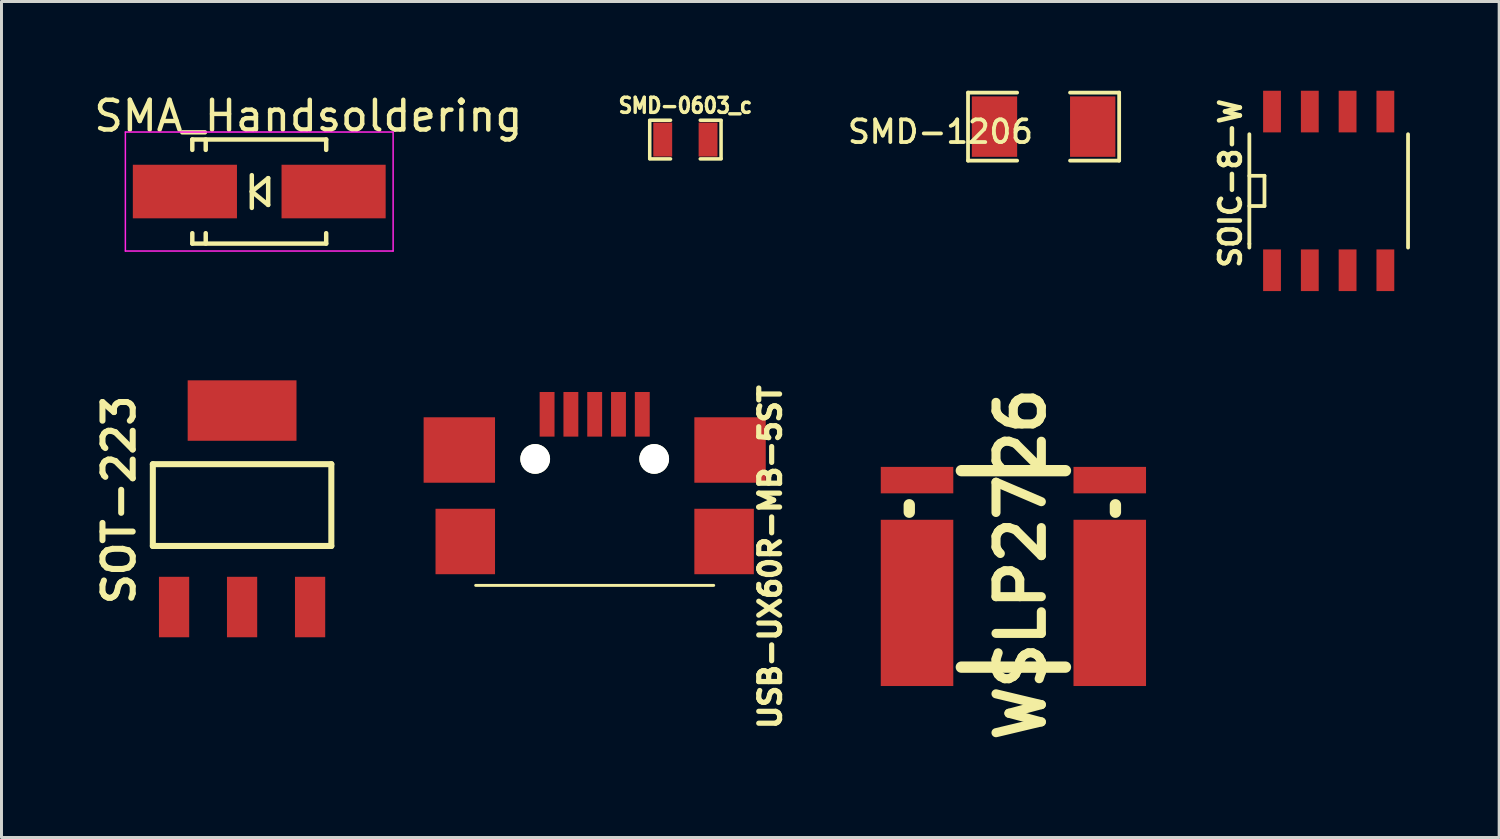
<source format=kicad_pcb>
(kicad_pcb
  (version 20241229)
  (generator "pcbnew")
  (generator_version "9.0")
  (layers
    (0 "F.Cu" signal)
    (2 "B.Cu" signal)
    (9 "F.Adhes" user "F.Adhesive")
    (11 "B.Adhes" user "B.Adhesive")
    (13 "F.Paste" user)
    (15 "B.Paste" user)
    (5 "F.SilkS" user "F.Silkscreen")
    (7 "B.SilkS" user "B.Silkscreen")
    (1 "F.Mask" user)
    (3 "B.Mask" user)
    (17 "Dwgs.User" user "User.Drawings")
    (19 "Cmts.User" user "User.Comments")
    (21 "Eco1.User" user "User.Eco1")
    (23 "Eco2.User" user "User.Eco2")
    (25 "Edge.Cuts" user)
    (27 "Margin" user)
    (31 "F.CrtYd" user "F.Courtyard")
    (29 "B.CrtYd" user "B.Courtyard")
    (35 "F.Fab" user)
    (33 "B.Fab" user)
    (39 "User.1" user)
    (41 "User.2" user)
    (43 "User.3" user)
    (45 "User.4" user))
  (footprint "SMD-0603_c"
    (layer "F.Cu")
    (at 19.988 1.641)
    (property "Reference" "SMD-0603_c" (at 0 -1.143 0) (layer "F.SilkS") (effects (font (size 0.508 0.457) (thickness 0.114))))
    (attr smd)
    (fp_line (start -1.199 -0.65) (end -0.5 -0.65) (stroke (width 0.119) (type solid)) (layer "F.SilkS"))
    (fp_line (start -1.199 0.635) (end -1.199 -0.635) (stroke (width 0.119) (type solid)) (layer "F.SilkS"))
    (fp_line (start -0.5 0.65) (end -1.199 0.65) (stroke (width 0.119) (type solid)) (layer "F.SilkS"))
    (fp_line (start 0.5 -0.65) (end 1.199 -0.65) (stroke (width 0.119) (type solid)) (layer "F.SilkS"))
    (fp_line (start 0.5 0.65) (end 1.199 0.65) (stroke (width 0.119) (type solid)) (layer "F.SilkS"))
    (fp_line (start 1.199 -0.635) (end 1.199 0.635) (stroke (width 0.119) (type solid)) (layer "F.SilkS"))
    (pad "1" smd rect (at -0.762 0) (size 0.635 1.143) (layers "F.Cu" "F.Mask" "F.Paste"))
    (pad "2" smd rect (at 0.762 0) (size 0.635 1.143) (layers "F.Cu" "F.Mask" "F.Paste")))
  (footprint "WSLP2726"
    (layer "F.Cu")
    (at 31.013 14.167)
    (property "Reference" "WSLP2726" (at 0.25 1.75 90) (layer "F.SilkS") (effects (font (size 1.524 1.524) (thickness 0.305))))
    (attr through_hole)
    (fp_line (start -3.5 -0.25) (end -3.5 0) (stroke (width 0.381) (type solid)) (layer "F.SilkS"))
    (fp_line (start -1.75 5.207) (end 1.75 5.207) (stroke (width 0.381) (type solid)) (layer "F.SilkS"))
    (fp_line (start 1.75 -1.397) (end -1.75 -1.397) (stroke (width 0.381) (type solid)) (layer "F.SilkS"))
    (fp_line (start 3.429 0) (end 3.429 -0.25) (stroke (width 0.381) (type solid)) (layer "F.SilkS"))
    (pad "1" smd rect (at -3.239 3.048) (size 2.438 5.588) (layers "F.Cu" "F.Mask" "F.Paste"))
    (pad "2" smd rect (at 3.239 3.048) (size 2.438 5.588) (layers "F.Cu" "F.Mask" "F.Paste"))
    (pad "3" smd rect (at -3.239 -1.079) (size 2.438 0.889) (layers "F.Cu" "F.Mask" "F.Paste"))
    (pad "4" smd rect (at 3.239 -1.079) (size 2.438 0.889) (layers "F.Cu" "F.Mask" "F.Paste")))
  (footprint "SOT-223"
    (layer "F.Cu")
    (at 5.087 14.052)
    (property "Reference" "SOT-223" (at -4.136 -0.3 270) (layer "F.SilkS") (effects (font (size 1.016 1.016) (thickness 0.203))))
    (attr smd)
    (fp_line (start -3 -1.5) (end 3 -1.5) (stroke (width 0.203) (type solid)) (layer "F.SilkS"))
    (fp_line (start -3 1.25) (end -3 -1.5) (stroke (width 0.203) (type solid)) (layer "F.SilkS"))
    (fp_line (start -3 1.25) (end 3 1.25) (stroke (width 0.203) (type solid)) (layer "F.SilkS"))
    (fp_line (start 3 -1.5) (end 3 1.25) (stroke (width 0.203) (type solid)) (layer "F.SilkS"))
    (pad "1" smd rect (at -2.286 3.302) (size 1.016 2.032) (layers "F.Cu" "F.Mask" "F.Paste"))
    (pad "2" smd rect (at 0 -3.302) (size 3.658 2.032) (layers "F.Cu" "F.Mask" "F.Paste"))
    (pad "2" smd rect (at 0 3.302) (size 1.016 2.032) (layers "F.Cu" "F.Mask" "F.Paste"))
    (pad "3" smd rect (at 2.286 3.302) (size 1.016 2.032) (layers "F.Cu" "F.Mask" "F.Paste")))
  (footprint "SMD-1206"
    (layer "F.Cu")
    (at 32.028 1.206)
    (property "Reference" "SMD-1206" (at -3.466 0.173 0) (layer "F.SilkS") (effects (font (size 0.762 0.762) (thickness 0.127))))
    (attr smd)
    (fp_line (start -2.54 -1.143) (end -2.54 1.143) (stroke (width 0.127) (type solid)) (layer "F.SilkS"))
    (fp_line (start -2.54 1.143) (end -0.889 1.143) (stroke (width 0.127) (type solid)) (layer "F.SilkS"))
    (fp_line (start -0.889 -1.143) (end -2.54 -1.143) (stroke (width 0.127) (type solid)) (layer "F.SilkS"))
    (fp_line (start 0.889 -1.143) (end 2.54 -1.143) (stroke (width 0.127) (type solid)) (layer "F.SilkS"))
    (fp_line (start 2.54 -1.143) (end 2.54 1.143) (stroke (width 0.127) (type solid)) (layer "F.SilkS"))
    (fp_line (start 2.54 1.143) (end 0.889 1.143) (stroke (width 0.127) (type solid)) (layer "F.SilkS"))
    (pad "1" smd rect (at -1.651 0) (size 1.524 2.032) (layers "F.Cu" "F.Mask" "F.Paste"))
    (pad "2" smd rect (at 1.651 0) (size 1.524 2.032) (layers "F.Cu" "F.Mask" "F.Paste")))
  (footprint "USB-UX60R-MB-5ST"
    (layer "F.Cu")
    (at 16.939 12.376)
    (property "Reference" "USB-UX60R-MB-5ST" (at 5.9 3.3 90) (layer "F.SilkS") (effects (font (size 0.7 0.7) (thickness 0.175))))
    (attr through_hole)
    (fp_line (start -4 4.25) (end 4 4.25) (stroke (width 0.099) (type solid)) (layer "F.SilkS"))
    (pad "" np_thru_hole circle (at -2 0) (size 1 1) (drill 1) (layers "*.Cu" "*.Mask" "F.SilkS"))
    (pad "" np_thru_hole circle (at 2 0) (size 1 1) (drill 1) (layers "*.Cu" "*.Mask" "F.SilkS"))
    (pad "1" smd rect (at -1.6 -1.5) (size 0.5 1.5) (layers "F.Cu" "F.Mask" "F.Paste"))
    (pad "2" smd rect (at -0.8 -1.5) (size 0.5 1.5) (layers "F.Cu" "F.Mask" "F.Paste"))
    (pad "3" smd rect (at 0 -1.5) (size 0.5 1.5) (layers "F.Cu" "F.Mask" "F.Paste"))
    (pad "4" smd rect (at 0.8 -1.5) (size 0.5 1.5) (layers "F.Cu" "F.Mask" "F.Paste"))
    (pad "5" smd rect (at -4.55 -0.3) (size 2.4 2.2) (layers "F.Cu" "F.Mask" "F.Paste"))
    (pad "5" smd rect (at -4.35 2.775) (size 2 2.2) (layers "F.Cu" "F.Mask" "F.Paste"))
    (pad "5" smd rect (at 1.6 -1.5) (size 0.5 1.5) (layers "F.Cu" "F.Mask" "F.Paste"))
    (pad "5" smd rect (at 4.35 2.775) (size 2 2.2) (layers "F.Cu" "F.Mask" "F.Paste"))
    (pad "5" smd rect (at 4.55 -0.3) (size 2.4 2.2) (layers "F.Cu" "F.Mask" "F.Paste")))
  (footprint "SOIC-8-W"
    (layer "F.Cu")
    (at 41.611 3.367)
    (property "Reference" "SOIC-8-W" (at -3.302 -0.254 90) (layer "F.SilkS") (effects (font (size 0.7 0.7) (thickness 0.152))))
    (attr smd)
    (fp_line (start -2.667 -1.905) (end -2.667 1.778) (stroke (width 0.127) (type solid)) (layer "F.SilkS"))
    (fp_line (start -2.667 -0.508) (end -2.159 -0.508) (stroke (width 0.127) (type solid)) (layer "F.SilkS"))
    (fp_line (start -2.667 1.778) (end -2.667 1.905) (stroke (width 0.127) (type solid)) (layer "F.SilkS"))
    (fp_line (start -2.159 -0.508) (end -2.159 0.508) (stroke (width 0.127) (type solid)) (layer "F.SilkS"))
    (fp_line (start -2.159 0.508) (end -2.667 0.508) (stroke (width 0.127) (type solid)) (layer "F.SilkS"))
    (fp_line (start 2.667 -1.905) (end 2.667 1.905) (stroke (width 0.127) (type solid)) (layer "F.SilkS"))
    (pad "1" smd rect (at -1.905 2.667) (size 0.599 1.4) (layers "F.Cu" "F.Mask" "F.Paste"))
    (pad "2" smd rect (at -0.635 2.667) (size 0.599 1.4) (layers "F.Cu" "F.Mask" "F.Paste"))
    (pad "3" smd rect (at 0.635 2.667) (size 0.599 1.4) (layers "F.Cu" "F.Mask" "F.Paste"))
    (pad "4" smd rect (at 1.905 2.667) (size 0.599 1.4) (layers "F.Cu" "F.Mask" "F.Paste"))
    (pad "5" smd rect (at 1.905 -2.667) (size 0.599 1.4) (layers "F.Cu" "F.Mask" "F.Paste"))
    (pad "6" smd rect (at 0.635 -2.667) (size 0.599 1.4) (layers "F.Cu" "F.Mask" "F.Paste"))
    (pad "7" smd rect (at -0.635 -2.667) (size 0.599 1.4) (layers "F.Cu" "F.Mask" "F.Paste"))
    (pad "8" smd rect (at -1.905 -2.667) (size 0.599 1.4) (layers "F.Cu" "F.Mask" "F.Paste")))
  (footprint "SMA_Handsoldering"
    (layer "F.Cu")
    (at 5.664 3.388)
    (property "Reference" "SMA_Handsoldering" (at 1.651 -2.54 0) (layer "F.SilkS") (effects (font (size 1 1) (thickness 0.15))))
    (attr smd)
    (fp_line (start -2.25 -1.75) (end -2.25 -1.4) (stroke (width 0.15) (type solid)) (layer "F.SilkS"))
    (fp_line (start -2.25 -1.75) (end 2.25 -1.75) (stroke (width 0.15) (type solid)) (layer "F.SilkS"))
    (fp_line (start -2.25 1.75) (end -2.25 1.4) (stroke (width 0.15) (type solid)) (layer "F.SilkS"))
    (fp_line (start -2.25 1.75) (end 2.25 1.75) (stroke (width 0.15) (type solid)) (layer "F.SilkS"))
    (fp_line (start -1.799 -1.75) (end -1.799 -1.4) (stroke (width 0.15) (type solid)) (layer "F.SilkS"))
    (fp_line (start -1.799 1.75) (end -1.799 1.4) (stroke (width 0.15) (type solid)) (layer "F.SilkS"))
    (fp_line (start -0.25 -0.55) (end -0.25 0.55) (stroke (width 0.15) (type solid)) (layer "F.SilkS"))
    (fp_line (start -0.25 0) (end 0.3 -0.45) (stroke (width 0.15) (type solid)) (layer "F.SilkS"))
    (fp_line (start 0.3 -0.45) (end 0.3 0.45) (stroke (width 0.15) (type solid)) (layer "F.SilkS"))
    (fp_line (start 0.3 0.45) (end -0.25 0) (stroke (width 0.15) (type solid)) (layer "F.SilkS"))
    (fp_line (start 2.25 -1.75) (end 2.25 -1.4) (stroke (width 0.15) (type solid)) (layer "F.SilkS"))
    (fp_line (start 2.25 1.75) (end 2.25 1.4) (stroke (width 0.15) (type solid)) (layer "F.SilkS"))
    (fp_line (start -4.5 -2) (end 4.5 -2) (stroke (width 0.05) (type solid)) (layer "F.CrtYd"))
    (fp_line (start -4.5 2) (end -4.5 -2) (stroke (width 0.05) (type solid)) (layer "F.CrtYd"))
    (fp_line (start 4.5 -2) (end 4.5 2) (stroke (width 0.05) (type solid)) (layer "F.CrtYd"))
    (fp_line (start 4.5 2) (end -4.5 2) (stroke (width 0.05) (type solid)) (layer "F.CrtYd"))
    (pad "1" smd rect (at 2.499 0) (size 3.5 1.801) (layers "F.Cu" "F.Mask" "F.Paste"))
    (pad "2" smd rect (at -2.499 0) (size 3.5 1.801) (layers "F.Cu" "F.Mask" "F.Paste")))
  (gr_rect
    (start -3 -3)
    (end 47.341 25.1)
    (stroke (width 0.1) (type default))
    (fill no)
    (layer "Edge.Cuts")))
</source>
